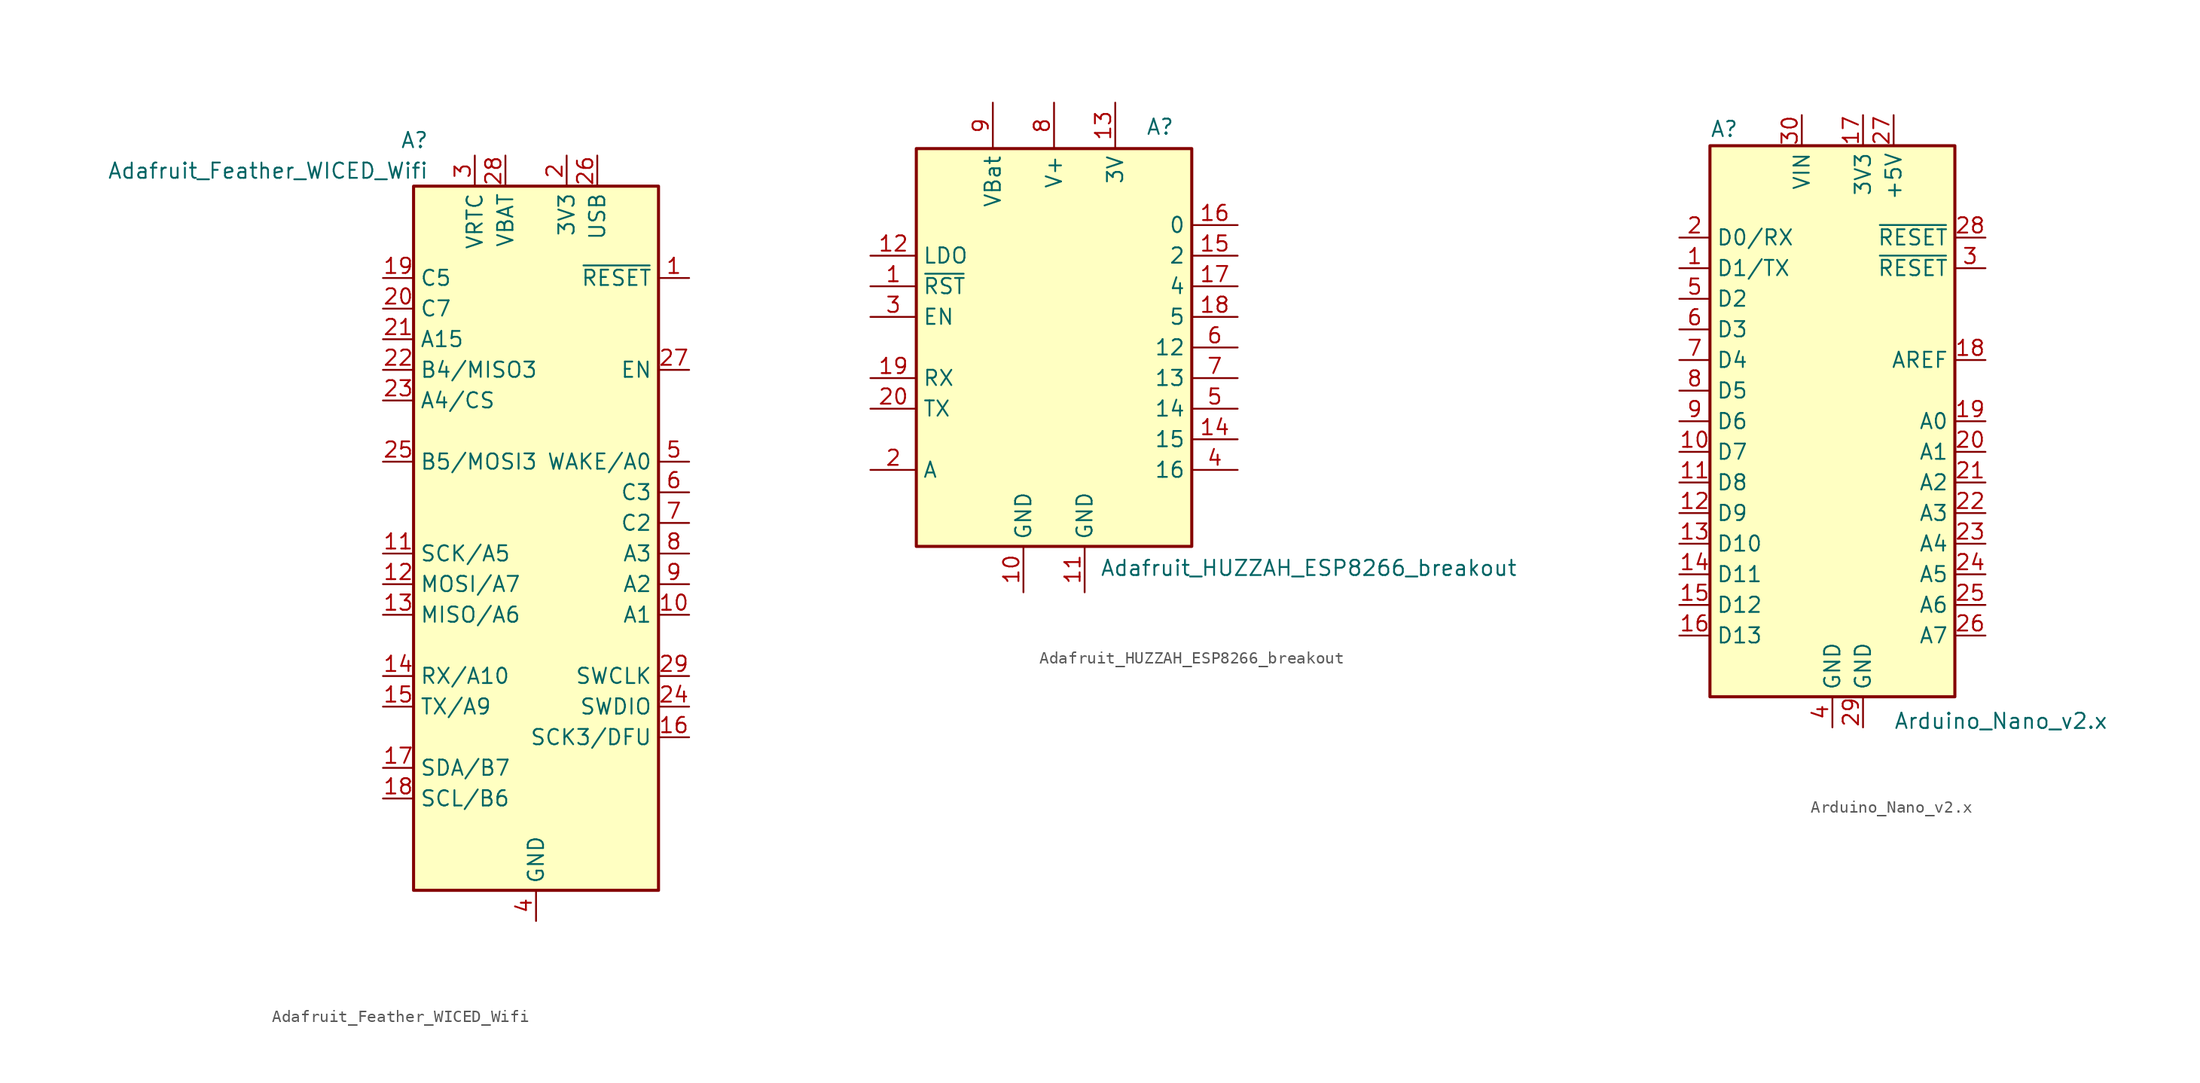
<source format=kicad_sym>
(kicad_symbol_lib
  (version 20231120)
  (generator "kicad_symbol_editor")
  (generator_version "8.0")
  (symbol "Adafruit_Feather_WICED_Wifi"
    (property "Reference" "A"
      (at -8.89 31.75 0)
      (effects (font (size 1.27 1.27)) (justify right)))
    (property "Value" "Adafruit_Feather_WICED_Wifi"
      (at -8.89 29.21 0)
      (effects (font (size 1.27 1.27)) (justify right)))
    (symbol "Adafruit_Feather_WICED_Wifi_0_1"
      (rectangle (start -10.16 27.94) (end 10.16 -30.48) (stroke (width 0.254) (type default)) (fill (type background))))
    (symbol "Adafruit_Feather_WICED_Wifi_1_1"
      (pin input line (at 12.7 20.32 180) (length 2.54) (name "~{RESET}" (effects (font (size 1.27 1.27)))) (number "1" (effects (font (size 1.27 1.27)))))
      (pin bidirectional line (at 12.7 -7.62 180) (length 2.54) (name "A1" (effects (font (size 1.27 1.27)))) (number "10" (effects (font (size 1.27 1.27)))))
      (pin bidirectional line (at -12.7 -2.54 0) (length 2.54) (name "SCK/A5" (effects (font (size 1.27 1.27)))) (number "11" (effects (font (size 1.27 1.27)))))
      (pin bidirectional line (at -12.7 -5.08 0) (length 2.54) (name "MOSI/A7" (effects (font (size 1.27 1.27)))) (number "12" (effects (font (size 1.27 1.27)))))
      (pin bidirectional line (at -12.7 -7.62 0) (length 2.54) (name "MISO/A6" (effects (font (size 1.27 1.27)))) (number "13" (effects (font (size 1.27 1.27)))))
      (pin bidirectional line (at -12.7 -12.7 0) (length 2.54) (name "RX/A10" (effects (font (size 1.27 1.27)))) (number "14" (effects (font (size 1.27 1.27)))))
      (pin bidirectional line (at -12.7 -15.24 0) (length 2.54) (name "TX/A9" (effects (font (size 1.27 1.27)))) (number "15" (effects (font (size 1.27 1.27)))))
      (pin bidirectional line (at 12.7 -17.78 180) (length 2.54) (name "SCK3/DFU" (effects (font (size 1.27 1.27)))) (number "16" (effects (font (size 1.27 1.27)))))
      (pin bidirectional line (at -12.7 -20.32 0) (length 2.54) (name "SDA/B7" (effects (font (size 1.27 1.27)))) (number "17" (effects (font (size 1.27 1.27)))))
      (pin bidirectional line (at -12.7 -22.86 0) (length 2.54) (name "SCL/B6" (effects (font (size 1.27 1.27)))) (number "18" (effects (font (size 1.27 1.27)))))
      (pin bidirectional line (at -12.7 20.32 0) (length 2.54) (name "C5" (effects (font (size 1.27 1.27)))) (number "19" (effects (font (size 1.27 1.27)))))
      (pin power_in line (at 2.54 30.48 270) (length 2.54) (name "3V3" (effects (font (size 1.27 1.27)))) (number "2" (effects (font (size 1.27 1.27)))))
      (pin bidirectional line (at -12.7 17.78 0) (length 2.54) (name "C7" (effects (font (size 1.27 1.27)))) (number "20" (effects (font (size 1.27 1.27)))))
      (pin bidirectional line (at -12.7 15.24 0) (length 2.54) (name "A15" (effects (font (size 1.27 1.27)))) (number "21" (effects (font (size 1.27 1.27)))))
      (pin bidirectional line (at -12.7 12.7 0) (length 2.54) (name "B4/MISO3" (effects (font (size 1.27 1.27)))) (number "22" (effects (font (size 1.27 1.27)))))
      (pin bidirectional line (at -12.7 10.16 0) (length 2.54) (name "A4/CS" (effects (font (size 1.27 1.27)))) (number "23" (effects (font (size 1.27 1.27)))))
      (pin bidirectional line (at 12.7 -15.24 180) (length 2.54) (name "SWDIO" (effects (font (size 1.27 1.27)))) (number "24" (effects (font (size 1.27 1.27)))))
      (pin bidirectional line (at -12.7 5.08 0) (length 2.54) (name "B5/MOSI3" (effects (font (size 1.27 1.27)))) (number "25" (effects (font (size 1.27 1.27)))))
      (pin power_in line (at 5.08 30.48 270) (length 2.54) (name "USB" (effects (font (size 1.27 1.27)))) (number "26" (effects (font (size 1.27 1.27)))))
      (pin input line (at 12.7 12.7 180) (length 2.54) (name "EN" (effects (font (size 1.27 1.27)))) (number "27" (effects (font (size 1.27 1.27)))))
      (pin power_in line (at -2.54 30.48 270) (length 2.54) (name "VBAT" (effects (font (size 1.27 1.27)))) (number "28" (effects (font (size 1.27 1.27)))))
      (pin bidirectional line (at 12.7 -12.7 180) (length 2.54) (name "SWCLK" (effects (font (size 1.27 1.27)))) (number "29" (effects (font (size 1.27 1.27)))))
      (pin power_in line (at -5.08 30.48 270) (length 2.54) (name "VRTC" (effects (font (size 1.27 1.27)))) (number "3" (effects (font (size 1.27 1.27)))))
      (pin power_in line (at 0 -33.02 90) (length 2.54) (name "GND" (effects (font (size 1.27 1.27)))) (number "4" (effects (font (size 1.27 1.27)))))
      (pin bidirectional line (at 12.7 5.08 180) (length 2.54) (name "WAKE/A0" (effects (font (size 1.27 1.27)))) (number "5" (effects (font (size 1.27 1.27)))))
      (pin bidirectional line (at 12.7 2.54 180) (length 2.54) (name "C3" (effects (font (size 1.27 1.27)))) (number "6" (effects (font (size 1.27 1.27)))))
      (pin bidirectional line (at 12.7 0 180) (length 2.54) (name "C2" (effects (font (size 1.27 1.27)))) (number "7" (effects (font (size 1.27 1.27)))))
      (pin bidirectional line (at 12.7 -2.54 180) (length 2.54) (name "A3" (effects (font (size 1.27 1.27)))) (number "8" (effects (font (size 1.27 1.27)))))
      (pin bidirectional line (at 12.7 -5.08 180) (length 2.54) (name "A2" (effects (font (size 1.27 1.27)))) (number "9" (effects (font (size 1.27 1.27)))))))
  (symbol "Adafruit_HUZZAH_ESP8266_breakout"
    (property "Reference" "A"
      (at 7.62 19.05 0)
      (effects (font (size 1.27 1.27)) (justify left top)))
    (property "Value" "Adafruit_HUZZAH_ESP8266_breakout"
      (at 3.81 -19.05 0)
      (effects (font (size 1.27 1.27)) (justify left bottom)))
    (symbol "Adafruit_HUZZAH_ESP8266_breakout_0_1"
      (rectangle (start -11.43 16.51) (end 11.43 -16.51) (stroke (width 0.254) (type default)) (fill (type background))))
    (symbol "Adafruit_HUZZAH_ESP8266_breakout_1_1"
      (pin input line (at -15.24 5.08 0) (length 3.81) (name "~{RST}" (effects (font (size 1.27 1.27)))) (number "1" (effects (font (size 1.27 1.27)))))
      (pin power_in line (at -2.54 -20.32 90) (length 3.81) (name "GND" (effects (font (size 1.27 1.27)))) (number "10" (effects (font (size 1.27 1.27)))))
      (pin power_in line (at 2.54 -20.32 90) (length 3.81) (name "GND" (effects (font (size 1.27 1.27)))) (number "11" (effects (font (size 1.27 1.27)))))
      (pin input line (at -15.24 7.62 0) (length 3.81) (name "LDO" (effects (font (size 1.27 1.27)))) (number "12" (effects (font (size 1.27 1.27)))))
      (pin power_out line (at 5.08 20.32 270) (length 3.81) (name "3V" (effects (font (size 1.27 1.27)))) (number "13" (effects (font (size 1.27 1.27)))))
      (pin bidirectional line (at 15.24 -7.62 180) (length 3.81) (name "15" (effects (font (size 1.27 1.27)))) (number "14" (effects (font (size 1.27 1.27)))))
      (pin bidirectional line (at 15.24 7.62 180) (length 3.81) (name "2" (effects (font (size 1.27 1.27)))) (number "15" (effects (font (size 1.27 1.27)))))
      (pin bidirectional line (at 15.24 10.16 180) (length 3.81) (name "0" (effects (font (size 1.27 1.27)))) (number "16" (effects (font (size 1.27 1.27)))))
      (pin bidirectional line (at 15.24 5.08 180) (length 3.81) (name "4" (effects (font (size 1.27 1.27)))) (number "17" (effects (font (size 1.27 1.27)))))
      (pin bidirectional line (at 15.24 2.54 180) (length 3.81) (name "5" (effects (font (size 1.27 1.27)))) (number "18" (effects (font (size 1.27 1.27)))))
      (pin input line (at -15.24 -2.54 0) (length 3.81) (name "RX" (effects (font (size 1.27 1.27)))) (number "19" (effects (font (size 1.27 1.27)))))
      (pin input line (at -15.24 -10.16 0) (length 3.81) (name "A" (effects (font (size 1.27 1.27)))) (number "2" (effects (font (size 1.27 1.27)))))
      (pin output line (at -15.24 -5.08 0) (length 3.81) (name "TX" (effects (font (size 1.27 1.27)))) (number "20" (effects (font (size 1.27 1.27)))))
      (pin input line (at -15.24 2.54 0) (length 3.81) (name "EN" (effects (font (size 1.27 1.27)))) (number "3" (effects (font (size 1.27 1.27)))))
      (pin bidirectional line (at 15.24 -10.16 180) (length 3.81) (name "16" (effects (font (size 1.27 1.27)))) (number "4" (effects (font (size 1.27 1.27)))))
      (pin bidirectional line (at 15.24 -5.08 180) (length 3.81) (name "14" (effects (font (size 1.27 1.27)))) (number "5" (effects (font (size 1.27 1.27)))))
      (pin bidirectional line (at 15.24 0 180) (length 3.81) (name "12" (effects (font (size 1.27 1.27)))) (number "6" (effects (font (size 1.27 1.27)))))
      (pin bidirectional line (at 15.24 -2.54 180) (length 3.81) (name "13" (effects (font (size 1.27 1.27)))) (number "7" (effects (font (size 1.27 1.27)))))
      (pin power_in line (at 0 20.32 270) (length 3.81) (name "V+" (effects (font (size 1.27 1.27)))) (number "8" (effects (font (size 1.27 1.27)))))
      (pin power_in line (at -5.08 20.32 270) (length 3.81) (name "VBat" (effects (font (size 1.27 1.27)))) (number "9" (effects (font (size 1.27 1.27)))))))
  (symbol "Arduino_Nano_v2.x"
    (property "Reference" "A"
      (at -10.16 23.495 0)
      (effects (font (size 1.27 1.27)) (justify left bottom)))
    (property "Value" "Arduino_Nano_v2.x"
      (at 5.08 -24.13 0)
      (effects (font (size 1.27 1.27)) (justify left top)))
    (symbol "Arduino_Nano_v2.x_0_1"
      (rectangle (start -10.16 22.86) (end 10.16 -22.86) (stroke (width 0.254) (type default)) (fill (type background))))
    (symbol "Arduino_Nano_v2.x_1_1"
      (pin bidirectional line (at -12.7 12.7 0) (length 2.54) (name "D1/TX" (effects (font (size 1.27 1.27)))) (number "1" (effects (font (size 1.27 1.27)))))
      (pin bidirectional line (at -12.7 -2.54 0) (length 2.54) (name "D7" (effects (font (size 1.27 1.27)))) (number "10" (effects (font (size 1.27 1.27)))))
      (pin bidirectional line (at -12.7 -5.08 0) (length 2.54) (name "D8" (effects (font (size 1.27 1.27)))) (number "11" (effects (font (size 1.27 1.27)))))
      (pin bidirectional line (at -12.7 -7.62 0) (length 2.54) (name "D9" (effects (font (size 1.27 1.27)))) (number "12" (effects (font (size 1.27 1.27)))))
      (pin bidirectional line (at -12.7 -10.16 0) (length 2.54) (name "D10" (effects (font (size 1.27 1.27)))) (number "13" (effects (font (size 1.27 1.27)))))
      (pin bidirectional line (at -12.7 -12.7 0) (length 2.54) (name "D11" (effects (font (size 1.27 1.27)))) (number "14" (effects (font (size 1.27 1.27)))))
      (pin bidirectional line (at -12.7 -15.24 0) (length 2.54) (name "D12" (effects (font (size 1.27 1.27)))) (number "15" (effects (font (size 1.27 1.27)))))
      (pin bidirectional line (at -12.7 -17.78 0) (length 2.54) (name "D13" (effects (font (size 1.27 1.27)))) (number "16" (effects (font (size 1.27 1.27)))))
      (pin power_out line (at 2.54 25.4 270) (length 2.54) (name "3V3" (effects (font (size 1.27 1.27)))) (number "17" (effects (font (size 1.27 1.27)))))
      (pin input line (at 12.7 5.08 180) (length 2.54) (name "AREF" (effects (font (size 1.27 1.27)))) (number "18" (effects (font (size 1.27 1.27)))))
      (pin bidirectional line (at 12.7 0 180) (length 2.54) (name "A0" (effects (font (size 1.27 1.27)))) (number "19" (effects (font (size 1.27 1.27)))))
      (pin bidirectional line (at -12.7 15.24 0) (length 2.54) (name "D0/RX" (effects (font (size 1.27 1.27)))) (number "2" (effects (font (size 1.27 1.27)))))
      (pin bidirectional line (at 12.7 -2.54 180) (length 2.54) (name "A1" (effects (font (size 1.27 1.27)))) (number "20" (effects (font (size 1.27 1.27)))))
      (pin bidirectional line (at 12.7 -5.08 180) (length 2.54) (name "A2" (effects (font (size 1.27 1.27)))) (number "21" (effects (font (size 1.27 1.27)))))
      (pin bidirectional line (at 12.7 -7.62 180) (length 2.54) (name "A3" (effects (font (size 1.27 1.27)))) (number "22" (effects (font (size 1.27 1.27)))))
      (pin bidirectional line (at 12.7 -10.16 180) (length 2.54) (name "A4" (effects (font (size 1.27 1.27)))) (number "23" (effects (font (size 1.27 1.27)))))
      (pin bidirectional line (at 12.7 -12.7 180) (length 2.54) (name "A5" (effects (font (size 1.27 1.27)))) (number "24" (effects (font (size 1.27 1.27)))))
      (pin bidirectional line (at 12.7 -15.24 180) (length 2.54) (name "A6" (effects (font (size 1.27 1.27)))) (number "25" (effects (font (size 1.27 1.27)))))
      (pin bidirectional line (at 12.7 -17.78 180) (length 2.54) (name "A7" (effects (font (size 1.27 1.27)))) (number "26" (effects (font (size 1.27 1.27)))))
      (pin power_out line (at 5.08 25.4 270) (length 2.54) (name "+5V" (effects (font (size 1.27 1.27)))) (number "27" (effects (font (size 1.27 1.27)))))
      (pin input line (at 12.7 15.24 180) (length 2.54) (name "~{RESET}" (effects (font (size 1.27 1.27)))) (number "28" (effects (font (size 1.27 1.27)))))
      (pin power_in line (at 2.54 -25.4 90) (length 2.54) (name "GND" (effects (font (size 1.27 1.27)))) (number "29" (effects (font (size 1.27 1.27)))))
      (pin input line (at 12.7 12.7 180) (length 2.54) (name "~{RESET}" (effects (font (size 1.27 1.27)))) (number "3" (effects (font (size 1.27 1.27)))))
      (pin power_in line (at -2.54 25.4 270) (length 2.54) (name "VIN" (effects (font (size 1.27 1.27)))) (number "30" (effects (font (size 1.27 1.27)))))
      (pin power_in line (at 0 -25.4 90) (length 2.54) (name "GND" (effects (font (size 1.27 1.27)))) (number "4" (effects (font (size 1.27 1.27)))))
      (pin bidirectional line (at -12.7 10.16 0) (length 2.54) (name "D2" (effects (font (size 1.27 1.27)))) (number "5" (effects (font (size 1.27 1.27)))))
      (pin bidirectional line (at -12.7 7.62 0) (length 2.54) (name "D3" (effects (font (size 1.27 1.27)))) (number "6" (effects (font (size 1.27 1.27)))))
      (pin bidirectional line (at -12.7 5.08 0) (length 2.54) (name "D4" (effects (font (size 1.27 1.27)))) (number "7" (effects (font (size 1.27 1.27)))))
      (pin bidirectional line (at -12.7 2.54 0) (length 2.54) (name "D5" (effects (font (size 1.27 1.27)))) (number "8" (effects (font (size 1.27 1.27)))))
      (pin bidirectional line (at -12.7 0 0) (length 2.54) (name "D6" (effects (font (size 1.27 1.27)))) (number "9" (effects (font (size 1.27 1.27))))))))
</source>
